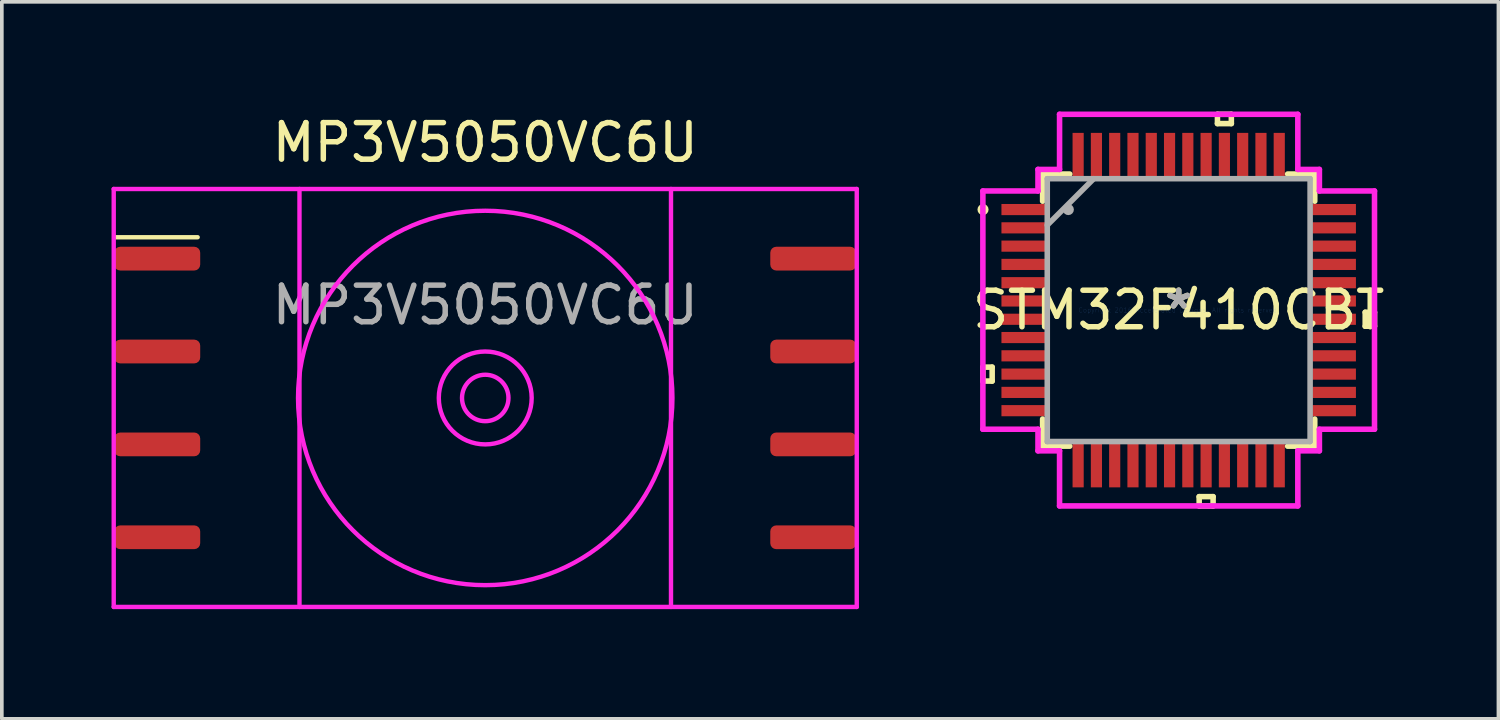
<source format=kicad_pcb>
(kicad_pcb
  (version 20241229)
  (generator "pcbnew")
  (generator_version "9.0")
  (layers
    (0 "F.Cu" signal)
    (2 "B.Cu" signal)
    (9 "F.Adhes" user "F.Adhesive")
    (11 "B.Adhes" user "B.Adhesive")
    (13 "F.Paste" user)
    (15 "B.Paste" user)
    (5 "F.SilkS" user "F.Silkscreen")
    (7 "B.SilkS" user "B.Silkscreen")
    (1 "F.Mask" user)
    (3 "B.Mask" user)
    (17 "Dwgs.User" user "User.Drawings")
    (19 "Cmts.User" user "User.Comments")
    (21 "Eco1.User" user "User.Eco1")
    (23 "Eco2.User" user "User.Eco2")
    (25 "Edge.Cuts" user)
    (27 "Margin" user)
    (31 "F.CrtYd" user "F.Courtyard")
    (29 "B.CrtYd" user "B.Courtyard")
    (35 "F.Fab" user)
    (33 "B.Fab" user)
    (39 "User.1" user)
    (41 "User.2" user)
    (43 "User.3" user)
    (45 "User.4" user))
  (footprint "STM32F410CBT"
    (layer "F.Cu")
    (at 29.184 5.431)
    (property "Reference" "STM32F410CBT" (at 0 0 0) (layer "F.SilkS") (effects (font (size 1 1) (thickness 0.15))))
    (attr through_hole)
    (fp_line (start -5.355 1.559) (end -5.355 1.94) (stroke (width 0.152) (type solid)) (layer "F.SilkS"))
    (fp_line (start -5.355 1.94) (end -5.101 1.94) (stroke (width 0.152) (type solid)) (layer "F.SilkS"))
    (fp_line (start -5.101 1.559) (end -5.355 1.559) (stroke (width 0.152) (type solid)) (layer "F.SilkS"))
    (fp_line (start -5.101 1.94) (end -5.101 1.559) (stroke (width 0.152) (type solid)) (layer "F.SilkS"))
    (fp_line (start -3.721 -3.721) (end -3.721 -2.979) (stroke (width 0.152) (type solid)) (layer "F.SilkS"))
    (fp_line (start -3.721 2.979) (end -3.721 3.721) (stroke (width 0.152) (type solid)) (layer "F.SilkS"))
    (fp_line (start -3.721 3.721) (end -2.979 3.721) (stroke (width 0.152) (type solid)) (layer "F.SilkS"))
    (fp_line (start -2.979 -3.721) (end -3.721 -3.721) (stroke (width 0.152) (type solid)) (layer "F.SilkS"))
    (fp_line (start 0.56 5.101) (end 0.56 5.355) (stroke (width 0.152) (type solid)) (layer "F.SilkS"))
    (fp_line (start 0.56 5.355) (end 0.941 5.355) (stroke (width 0.152) (type solid)) (layer "F.SilkS"))
    (fp_line (start 0.941 5.101) (end 0.56 5.101) (stroke (width 0.152) (type solid)) (layer "F.SilkS"))
    (fp_line (start 0.941 5.355) (end 0.941 5.101) (stroke (width 0.152) (type solid)) (layer "F.SilkS"))
    (fp_line (start 1.06 -5.355) (end 1.44 -5.355) (stroke (width 0.152) (type solid)) (layer "F.SilkS"))
    (fp_line (start 1.06 -5.101) (end 1.06 -5.355) (stroke (width 0.152) (type solid)) (layer "F.SilkS"))
    (fp_line (start 1.44 -5.355) (end 1.44 -5.101) (stroke (width 0.152) (type solid)) (layer "F.SilkS"))
    (fp_line (start 1.44 -5.101) (end 1.06 -5.101) (stroke (width 0.152) (type solid)) (layer "F.SilkS"))
    (fp_line (start 2.979 3.721) (end 3.721 3.721) (stroke (width 0.152) (type solid)) (layer "F.SilkS"))
    (fp_line (start 3.721 -3.721) (end 2.979 -3.721) (stroke (width 0.152) (type solid)) (layer "F.SilkS"))
    (fp_line (start 3.721 -2.979) (end 3.721 -3.721) (stroke (width 0.152) (type solid)) (layer "F.SilkS"))
    (fp_line (start 3.721 3.721) (end 3.721 2.979) (stroke (width 0.152) (type solid)) (layer "F.SilkS"))
    (fp_line (start 5.101 0.059) (end 5.355 0.059) (stroke (width 0.152) (type solid)) (layer "F.SilkS"))
    (fp_line (start 5.101 0.441) (end 5.101 0.059) (stroke (width 0.152) (type solid)) (layer "F.SilkS"))
    (fp_line (start 5.355 0.059) (end 5.355 0.441) (stroke (width 0.152) (type solid)) (layer "F.SilkS"))
    (fp_line (start 5.355 0.441) (end 5.101 0.441) (stroke (width 0.152) (type solid)) (layer "F.SilkS"))
    (fp_circle (center -5.351 -2.75) (end -5.275 -2.75) (stroke (width 0.152) (type solid)) (fill no) (layer "F.SilkS"))
    (fp_line (start -5.355 -3.258) (end -3.848 -3.258) (stroke (width 0.152) (type solid)) (layer "F.CrtYd"))
    (fp_line (start -5.355 3.258) (end -5.355 -3.258) (stroke (width 0.152) (type solid)) (layer "F.CrtYd"))
    (fp_line (start -3.848 -3.848) (end -3.258 -3.848) (stroke (width 0.152) (type solid)) (layer "F.CrtYd"))
    (fp_line (start -3.848 -3.258) (end -3.848 -3.848) (stroke (width 0.152) (type solid)) (layer "F.CrtYd"))
    (fp_line (start -3.848 3.258) (end -5.355 3.258) (stroke (width 0.152) (type solid)) (layer "F.CrtYd"))
    (fp_line (start -3.848 3.848) (end -3.848 3.258) (stroke (width 0.152) (type solid)) (layer "F.CrtYd"))
    (fp_line (start -3.258 -5.355) (end 3.258 -5.355) (stroke (width 0.152) (type solid)) (layer "F.CrtYd"))
    (fp_line (start -3.258 -3.848) (end -3.258 -5.355) (stroke (width 0.152) (type solid)) (layer "F.CrtYd"))
    (fp_line (start -3.258 3.848) (end -3.848 3.848) (stroke (width 0.152) (type solid)) (layer "F.CrtYd"))
    (fp_line (start -3.258 5.355) (end -3.258 3.848) (stroke (width 0.152) (type solid)) (layer "F.CrtYd"))
    (fp_line (start 3.258 -5.355) (end 3.258 -3.848) (stroke (width 0.152) (type solid)) (layer "F.CrtYd"))
    (fp_line (start 3.258 -3.848) (end 3.848 -3.848) (stroke (width 0.152) (type solid)) (layer "F.CrtYd"))
    (fp_line (start 3.258 3.848) (end 3.258 5.355) (stroke (width 0.152) (type solid)) (layer "F.CrtYd"))
    (fp_line (start 3.258 5.355) (end -3.258 5.355) (stroke (width 0.152) (type solid)) (layer "F.CrtYd"))
    (fp_line (start 3.848 -3.848) (end 3.848 -3.258) (stroke (width 0.152) (type solid)) (layer "F.CrtYd"))
    (fp_line (start 3.848 -3.258) (end 5.355 -3.258) (stroke (width 0.152) (type solid)) (layer "F.CrtYd"))
    (fp_line (start 3.848 3.258) (end 3.848 3.848) (stroke (width 0.152) (type solid)) (layer "F.CrtYd"))
    (fp_line (start 3.848 3.848) (end 3.258 3.848) (stroke (width 0.152) (type solid)) (layer "F.CrtYd"))
    (fp_line (start 5.355 -3.258) (end 5.355 3.258) (stroke (width 0.152) (type solid)) (layer "F.CrtYd"))
    (fp_line (start 5.355 3.258) (end 3.848 3.258) (stroke (width 0.152) (type solid)) (layer "F.CrtYd"))
    (fp_line (start -3.594 -3.594) (end -3.594 3.594) (stroke (width 0.152) (type solid)) (layer "F.Fab"))
    (fp_line (start -3.594 -2.324) (end -2.324 -3.594) (stroke (width 0.152) (type solid)) (layer "F.Fab"))
    (fp_line (start -3.594 3.594) (end 3.594 3.594) (stroke (width 0.152) (type solid)) (layer "F.Fab"))
    (fp_line (start 3.594 -3.594) (end -3.594 -3.594) (stroke (width 0.152) (type solid)) (layer "F.Fab"))
    (fp_line (start 3.594 3.594) (end 3.594 -3.594) (stroke (width 0.152) (type solid)) (layer "F.Fab"))
    (fp_circle (center -3.018 -2.75) (end -2.942 -2.75) (stroke (width 0.152) (type solid)) (fill no) (layer "F.Fab"))
    (fp_text user "*" (at 0 0 0) (layer "F.SilkS") (effects (font (size 1 1) (thickness 0.15))))
    (fp_text user "Copyright 2016 Accelerated Designs. All rights reserved." (at 0 0 0) (layer "Cmts.User") (effects (font (size 0.127 0.127) (thickness 0.002))))
    (fp_text user "*" (at 0 0 0) (layer "F.Fab") (effects (font (size 1 1) (thickness 0.15))))
    (pad "1" smd rect (at -4.25 -2.75) (size 1.194 0.305) (layers "F.Cu" "F.Mask" "F.Paste"))
    (pad "2" smd rect (at -4.25 -2.25) (size 1.194 0.305) (layers "F.Cu" "F.Mask" "F.Paste"))
    (pad "3" smd rect (at -4.25 -1.75) (size 1.194 0.305) (layers "F.Cu" "F.Mask" "F.Paste"))
    (pad "4" smd rect (at -4.25 -1.25) (size 1.194 0.305) (layers "F.Cu" "F.Mask" "F.Paste"))
    (pad "5" smd rect (at -4.25 -0.75) (size 1.194 0.305) (layers "F.Cu" "F.Mask" "F.Paste"))
    (pad "6" smd rect (at -4.25 -0.25) (size 1.194 0.305) (layers "F.Cu" "F.Mask" "F.Paste"))
    (pad "7" smd rect (at -4.25 0.25) (size 1.194 0.305) (layers "F.Cu" "F.Mask" "F.Paste"))
    (pad "8" smd rect (at -4.25 0.75) (size 1.194 0.305) (layers "F.Cu" "F.Mask" "F.Paste"))
    (pad "9" smd rect (at -4.25 1.25) (size 1.194 0.305) (layers "F.Cu" "F.Mask" "F.Paste"))
    (pad "10" smd rect (at -4.25 1.75) (size 1.194 0.305) (layers "F.Cu" "F.Mask" "F.Paste"))
    (pad "11" smd rect (at -4.25 2.25) (size 1.194 0.305) (layers "F.Cu" "F.Mask" "F.Paste"))
    (pad "12" smd rect (at -4.25 2.75) (size 1.194 0.305) (layers "F.Cu" "F.Mask" "F.Paste"))
    (pad "13" smd rect (at -2.75 4.25 90) (size 1.194 0.305) (layers "F.Cu" "F.Mask" "F.Paste"))
    (pad "14" smd rect (at -2.25 4.25 90) (size 1.194 0.305) (layers "F.Cu" "F.Mask" "F.Paste"))
    (pad "15" smd rect (at -1.75 4.25 90) (size 1.194 0.305) (layers "F.Cu" "F.Mask" "F.Paste"))
    (pad "16" smd rect (at -1.25 4.25 90) (size 1.194 0.305) (layers "F.Cu" "F.Mask" "F.Paste"))
    (pad "17" smd rect (at -0.75 4.25 90) (size 1.194 0.305) (layers "F.Cu" "F.Mask" "F.Paste"))
    (pad "18" smd rect (at -0.25 4.25 90) (size 1.194 0.305) (layers "F.Cu" "F.Mask" "F.Paste"))
    (pad "19" smd rect (at 0.25 4.25 90) (size 1.194 0.305) (layers "F.Cu" "F.Mask" "F.Paste"))
    (pad "20" smd rect (at 0.75 4.25 90) (size 1.194 0.305) (layers "F.Cu" "F.Mask" "F.Paste"))
    (pad "21" smd rect (at 1.25 4.25 90) (size 1.194 0.305) (layers "F.Cu" "F.Mask" "F.Paste"))
    (pad "22" smd rect (at 1.75 4.25 90) (size 1.194 0.305) (layers "F.Cu" "F.Mask" "F.Paste"))
    (pad "23" smd rect (at 2.25 4.25 90) (size 1.194 0.305) (layers "F.Cu" "F.Mask" "F.Paste"))
    (pad "24" smd rect (at 2.75 4.25 90) (size 1.194 0.305) (layers "F.Cu" "F.Mask" "F.Paste"))
    (pad "25" smd rect (at 4.25 2.75) (size 1.194 0.305) (layers "F.Cu" "F.Mask" "F.Paste"))
    (pad "26" smd rect (at 4.25 2.25) (size 1.194 0.305) (layers "F.Cu" "F.Mask" "F.Paste"))
    (pad "27" smd rect (at 4.25 1.75) (size 1.194 0.305) (layers "F.Cu" "F.Mask" "F.Paste"))
    (pad "28" smd rect (at 4.25 1.25) (size 1.194 0.305) (layers "F.Cu" "F.Mask" "F.Paste"))
    (pad "29" smd rect (at 4.25 0.75) (size 1.194 0.305) (layers "F.Cu" "F.Mask" "F.Paste"))
    (pad "30" smd rect (at 4.25 0.25) (size 1.194 0.305) (layers "F.Cu" "F.Mask" "F.Paste"))
    (pad "31" smd rect (at 4.25 -0.25) (size 1.194 0.305) (layers "F.Cu" "F.Mask" "F.Paste"))
    (pad "32" smd rect (at 4.25 -0.75) (size 1.194 0.305) (layers "F.Cu" "F.Mask" "F.Paste"))
    (pad "33" smd rect (at 4.25 -1.25) (size 1.194 0.305) (layers "F.Cu" "F.Mask" "F.Paste"))
    (pad "34" smd rect (at 4.25 -1.75) (size 1.194 0.305) (layers "F.Cu" "F.Mask" "F.Paste"))
    (pad "35" smd rect (at 4.25 -2.25) (size 1.194 0.305) (layers "F.Cu" "F.Mask" "F.Paste"))
    (pad "36" smd rect (at 4.25 -2.75) (size 1.194 0.305) (layers "F.Cu" "F.Mask" "F.Paste"))
    (pad "37" smd rect (at 2.75 -4.25 90) (size 1.194 0.305) (layers "F.Cu" "F.Mask" "F.Paste"))
    (pad "38" smd rect (at 2.25 -4.25 90) (size 1.194 0.305) (layers "F.Cu" "F.Mask" "F.Paste"))
    (pad "39" smd rect (at 1.75 -4.25 90) (size 1.194 0.305) (layers "F.Cu" "F.Mask" "F.Paste"))
    (pad "40" smd rect (at 1.25 -4.25 90) (size 1.194 0.305) (layers "F.Cu" "F.Mask" "F.Paste"))
    (pad "41" smd rect (at 0.75 -4.25 90) (size 1.194 0.305) (layers "F.Cu" "F.Mask" "F.Paste"))
    (pad "42" smd rect (at 0.25 -4.25 90) (size 1.194 0.305) (layers "F.Cu" "F.Mask" "F.Paste"))
    (pad "43" smd rect (at -0.25 -4.25 90) (size 1.194 0.305) (layers "F.Cu" "F.Mask" "F.Paste"))
    (pad "44" smd rect (at -0.75 -4.25 90) (size 1.194 0.305) (layers "F.Cu" "F.Mask" "F.Paste"))
    (pad "45" smd rect (at -1.25 -4.25 90) (size 1.194 0.305) (layers "F.Cu" "F.Mask" "F.Paste"))
    (pad "46" smd rect (at -1.75 -4.25 90) (size 1.194 0.305) (layers "F.Cu" "F.Mask" "F.Paste"))
    (pad "47" smd rect (at -2.25 -4.25 90) (size 1.194 0.305) (layers "F.Cu" "F.Mask" "F.Paste"))
    (pad "48" smd rect (at -2.75 -4.25 90) (size 1.194 0.305) (layers "F.Cu" "F.Mask" "F.Paste")))
  (footprint "MP3V5050VC6U"
    (layer "F.Cu")
    (at 10.22 7.833)
    (property "Reference" "MP3V5050VC6U" (at 0 -6.985 0) (layer "F.SilkS") (effects (font (size 1 1) (thickness 0.15))))
    (attr smd)
    (fp_line (start -7.865 -4.395) (end -10.145 -4.395) (stroke (width 0.12) (type solid)) (layer "F.SilkS"))
    (fp_line (start -10.16 -5.715) (end 10.16 -5.715) (stroke (width 0.12) (type solid)) (layer "F.CrtYd"))
    (fp_line (start -10.16 5.715) (end -10.16 -5.715) (stroke (width 0.12) (type solid)) (layer "F.CrtYd"))
    (fp_line (start -5.95 5.715) (end 5.95 5.715) (stroke (width 0.05) (type solid)) (layer "F.CrtYd"))
    (fp_line (start -5.08 -5.715) (end -5.08 5.715) (stroke (width 0.12) (type solid)) (layer "F.CrtYd"))
    (fp_line (start 5.08 -5.715) (end 5.08 5.715) (stroke (width 0.12) (type solid)) (layer "F.CrtYd"))
    (fp_line (start 5.95 -5.715) (end -5.95 -5.715) (stroke (width 0.05) (type solid)) (layer "F.CrtYd"))
    (fp_line (start 10.16 -5.715) (end 10.16 5.715) (stroke (width 0.12) (type solid)) (layer "F.CrtYd"))
    (fp_line (start 10.16 5.715) (end -10.16 5.715) (stroke (width 0.12) (type solid)) (layer "F.CrtYd"))
    (fp_circle (center 0 0) (end 0 0.635) (stroke (width 0.12) (type solid)) (fill no) (layer "F.CrtYd"))
    (fp_circle (center 0 0) (end 0 1.27) (stroke (width 0.12) (type solid)) (fill no) (layer "F.CrtYd"))
    (fp_circle (center 0 0) (end 0.635 5.08) (stroke (width 0.12) (type solid)) (fill no) (layer "F.CrtYd"))
    (fp_text user "${REFERENCE}" (at 0 -2.54 0) (layer "F.Fab") (effects (font (size 1 1) (thickness 0.15))))
    (pad "1" smd roundrect (at -8.97 -3.81) (size 2.35 0.65) (layers "F.Cu" "F.Mask" "F.Paste") (roundrect_rratio 0.25))
    (pad "2" smd roundrect (at -8.97 -1.27) (size 2.35 0.65) (layers "F.Cu" "F.Mask" "F.Paste") (roundrect_rratio 0.25))
    (pad "3" smd roundrect (at -8.97 1.27) (size 2.35 0.65) (layers "F.Cu" "F.Mask" "F.Paste") (roundrect_rratio 0.25))
    (pad "4" smd roundrect (at -8.97 3.81) (size 2.35 0.65) (layers "F.Cu" "F.Mask" "F.Paste") (roundrect_rratio 0.25))
    (pad "5" smd roundrect (at 8.97 3.81) (size 2.35 0.65) (layers "F.Cu" "F.Mask" "F.Paste") (roundrect_rratio 0.25))
    (pad "6" smd roundrect (at 8.97 1.27) (size 2.35 0.65) (layers "F.Cu" "F.Mask" "F.Paste") (roundrect_rratio 0.25))
    (pad "7" smd roundrect (at 8.97 -1.27) (size 2.35 0.65) (layers "F.Cu" "F.Mask" "F.Paste") (roundrect_rratio 0.25))
    (pad "8" smd roundrect (at 8.97 -3.81) (size 2.35 0.65) (layers "F.Cu" "F.Mask" "F.Paste") (roundrect_rratio 0.25)))
  (gr_rect
    (start -3 -3)
    (end 37.928 16.608)
    (stroke (width 0.1) (type default))
    (fill no)
    (layer "Edge.Cuts")))
</source>
